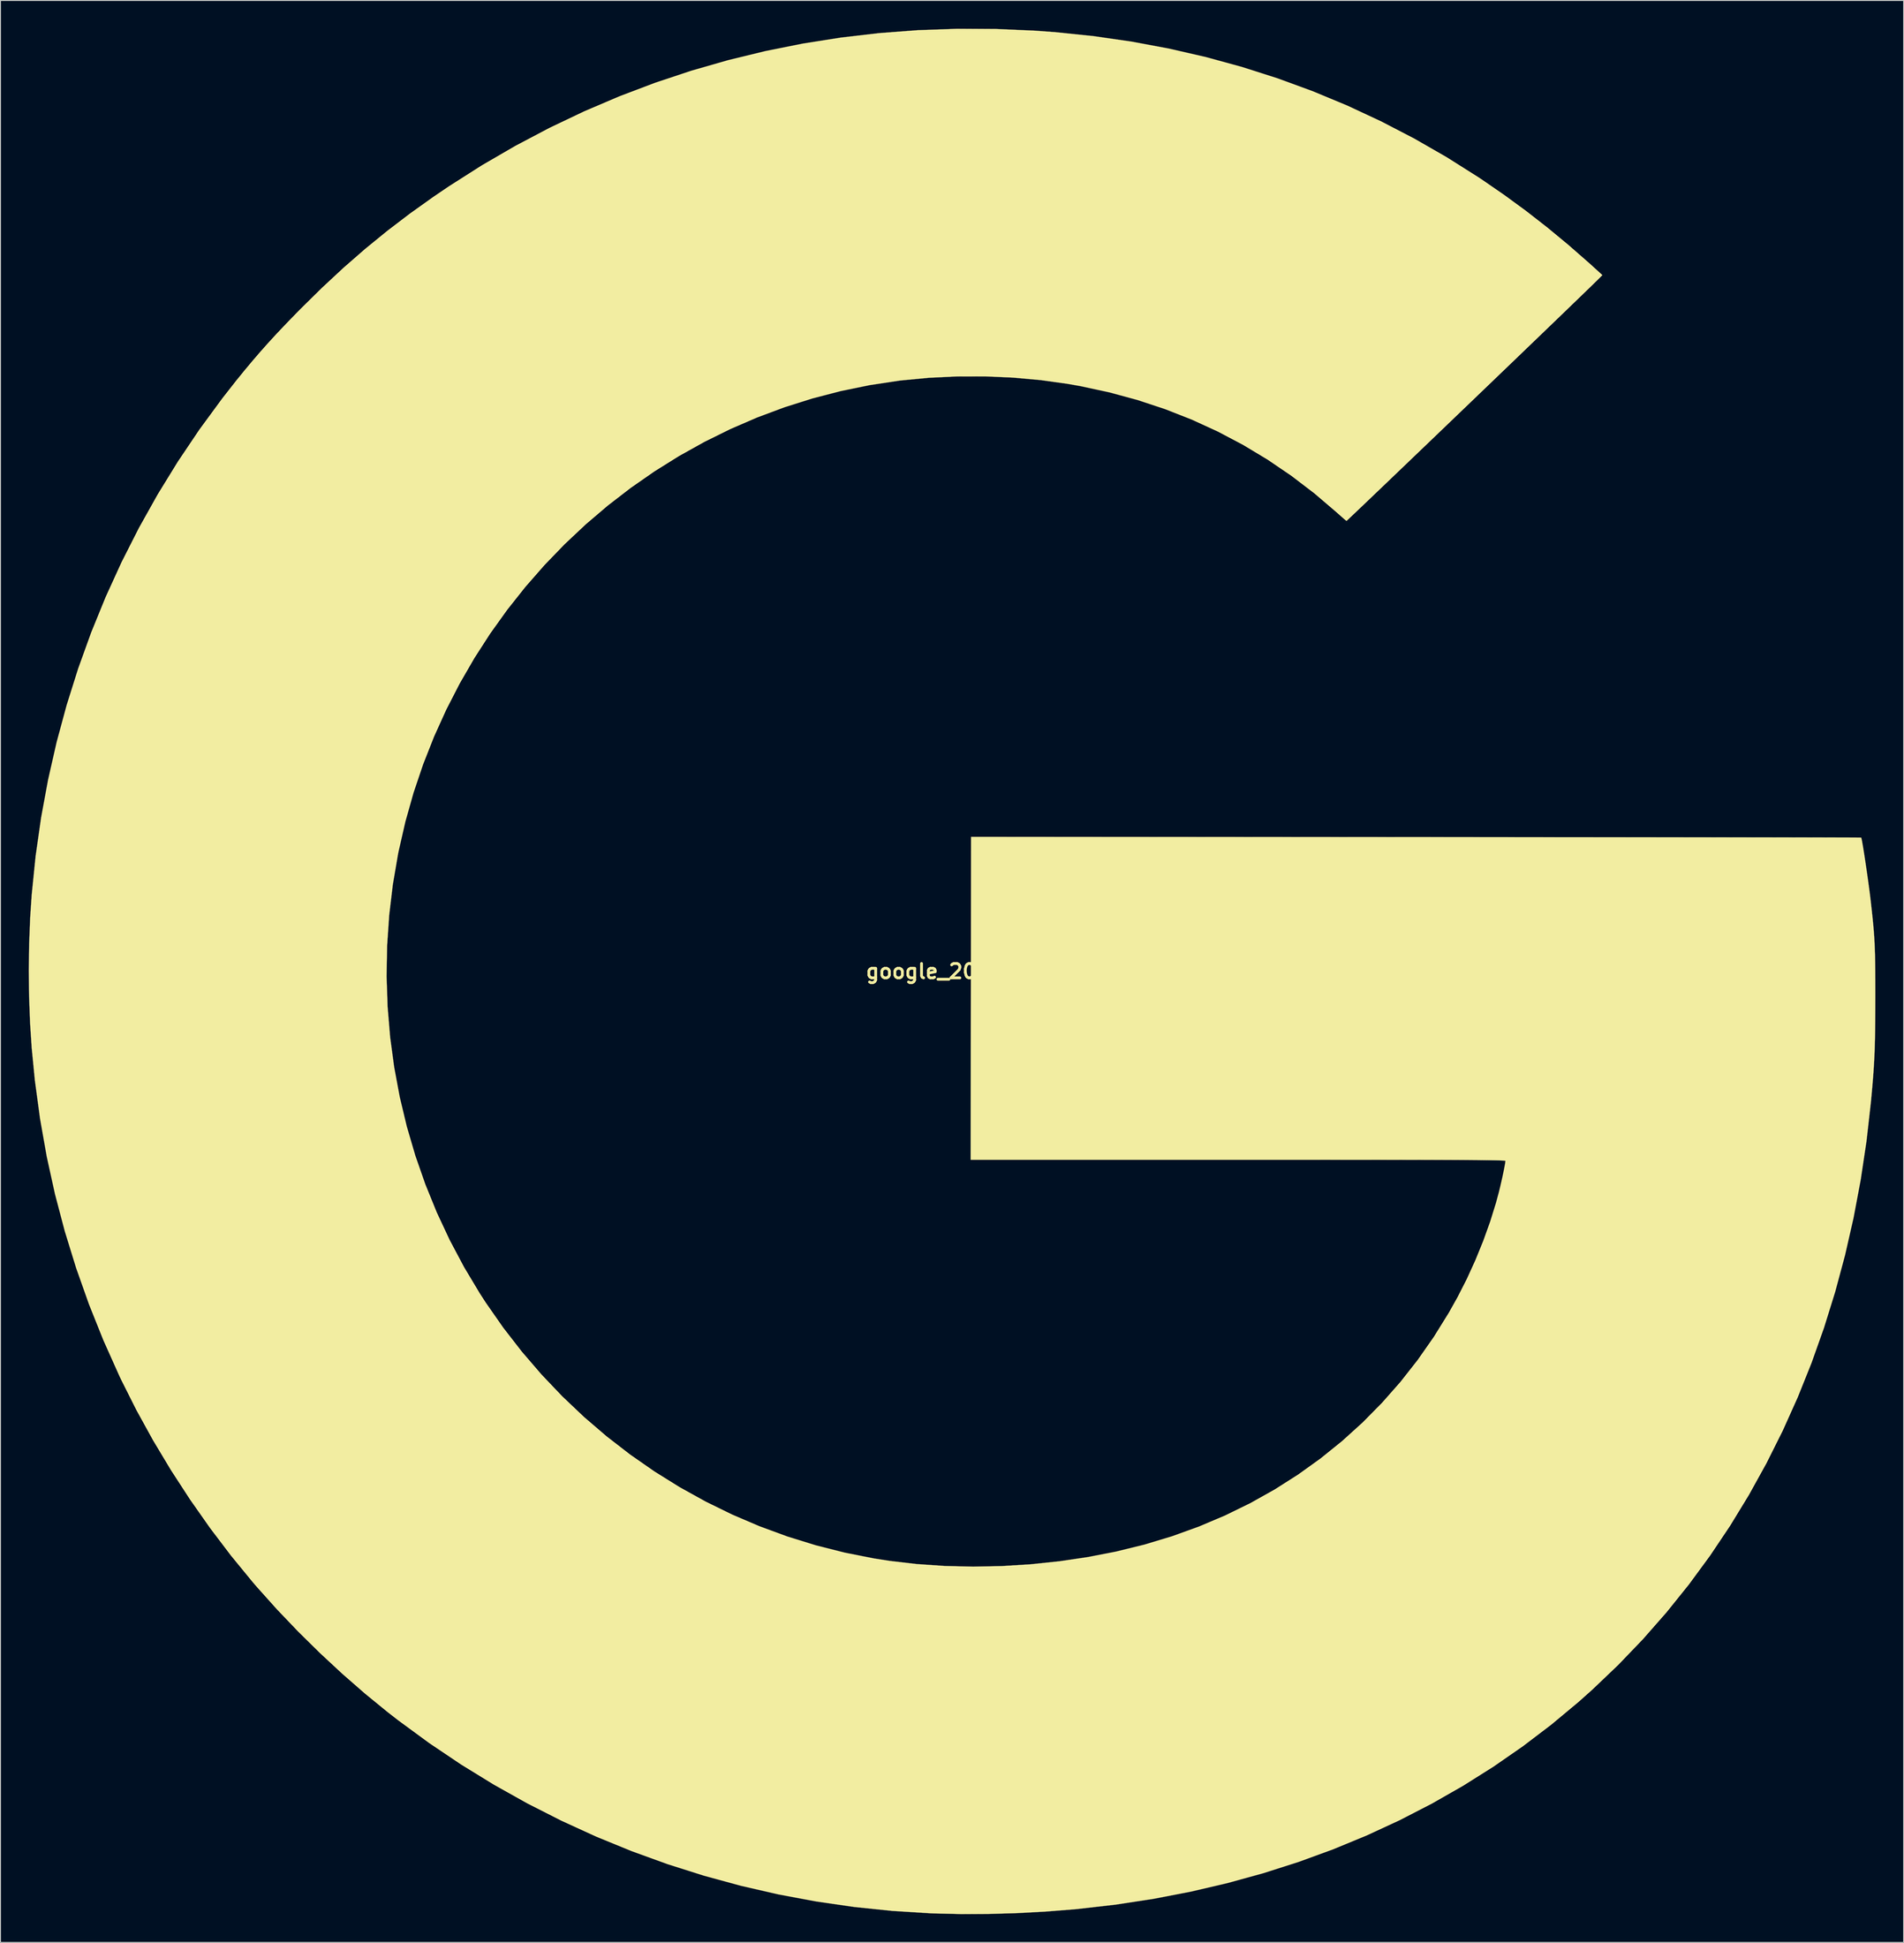
<source format=kicad_pcb>
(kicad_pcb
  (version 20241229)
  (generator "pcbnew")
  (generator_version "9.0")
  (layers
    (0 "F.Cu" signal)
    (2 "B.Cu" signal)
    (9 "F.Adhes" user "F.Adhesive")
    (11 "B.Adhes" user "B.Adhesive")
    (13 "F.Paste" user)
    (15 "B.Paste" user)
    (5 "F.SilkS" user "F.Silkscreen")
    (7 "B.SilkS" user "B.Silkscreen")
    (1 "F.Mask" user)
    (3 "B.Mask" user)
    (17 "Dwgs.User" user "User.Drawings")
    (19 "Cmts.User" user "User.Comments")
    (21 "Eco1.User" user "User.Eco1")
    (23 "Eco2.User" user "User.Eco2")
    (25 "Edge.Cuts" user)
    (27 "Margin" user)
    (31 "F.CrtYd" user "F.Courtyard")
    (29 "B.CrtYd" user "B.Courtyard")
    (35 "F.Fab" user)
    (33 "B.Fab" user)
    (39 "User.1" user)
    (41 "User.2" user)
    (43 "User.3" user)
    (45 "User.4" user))
  (footprint "google_20x20_F"
    (layer "F.Cu")
    (at 97.974 99.968)
    (property "Reference" "google_20x20_F" (at 0 0 0) (layer "F.SilkS") (effects (font (size 1.524 1.524) (thickness 0.3))))
    (attr through_hole)
    (fp_poly (pts (xy 4.631 -99.945) (xy 8.814 -99.762) (xy 10.922 -99.607) (xy 14.989 -99.186) (xy 19.006 -98.606) (xy 22.968 -97.867) (xy 26.874 -96.971) (xy 30.721 -95.918) (xy 34.507 -94.708) (xy 38.23 -93.344) (xy 41.887 -91.825) (xy 45.475 -90.152) (xy 48.992 -88.327) (xy 52.436 -86.35) (xy 55.805 -84.222) (xy 56.219 -83.947) (xy 58.586 -82.315) (xy 60.871 -80.642) (xy 63.106 -78.901) (xy 65.325 -77.067) (xy 67.561 -75.113) (xy 68.453 -74.304) (xy 68.961 -73.84) (xy 68.495 -73.376) (xy 68.285 -73.169) (xy 67.967 -72.859) (xy 67.55 -72.454) (xy 67.039 -71.96) (xy 66.443 -71.383) (xy 65.766 -70.73) (xy 65.017 -70.007) (xy 64.201 -69.221) (xy 63.327 -68.379) (xy 62.399 -67.486) (xy 61.425 -66.55) (xy 60.413 -65.576) (xy 59.368 -64.571) (xy 58.297 -63.543) (xy 57.207 -62.496) (xy 56.105 -61.438) (xy 54.997 -60.374) (xy 53.891 -59.313) (xy 52.793 -58.259) (xy 51.71 -57.22) (xy 50.648 -56.202) (xy 49.614 -55.211) (xy 48.615 -54.255) (xy 47.658 -53.338) (xy 46.75 -52.469) (xy 45.897 -51.652) (xy 45.105 -50.896) (xy 44.383 -50.205) (xy 43.736 -49.588) (xy 43.171 -49.05) (xy 42.695 -48.597) (xy 42.314 -48.236) (xy 42.037 -47.975) (xy 41.868 -47.818) (xy 41.815 -47.772) (xy 41.734 -47.833) (xy 41.551 -47.989) (xy 41.287 -48.219) (xy 40.967 -48.503) (xy 40.752 -48.695) (xy 38.398 -50.704) (xy 35.961 -52.564) (xy 33.444 -54.275) (xy 30.847 -55.837) (xy 28.17 -57.25) (xy 25.414 -58.514) (xy 22.58 -59.627) (xy 19.669 -60.59) (xy 16.68 -61.402) (xy 13.616 -62.064) (xy 12.234 -62.309) (xy 9.381 -62.706) (xy 6.453 -62.97) (xy 3.482 -63.1) (xy 0.498 -63.095) (xy -2.467 -62.954) (xy -5.384 -62.677) (xy -5.63 -62.647) (xy -8.754 -62.176) (xy -11.829 -61.545) (xy -14.849 -60.76) (xy -17.812 -59.824) (xy -20.712 -58.741) (xy -23.545 -57.516) (xy -26.306 -56.152) (xy -28.991 -54.655) (xy -31.596 -53.028) (xy -34.117 -51.275) (xy -36.548 -49.401) (xy -38.885 -47.41) (xy -41.125 -45.305) (xy -43.262 -43.092) (xy -45.292 -40.774) (xy -47.211 -38.355) (xy -49.014 -35.84) (xy -50.696 -33.233) (xy -52.254 -30.538) (xy -53.683 -27.759) (xy -54.979 -24.9) (xy -56.136 -21.966) (xy -57.152 -18.961) (xy -58.02 -15.888) (xy -58.737 -12.753) (xy -58.799 -12.446) (xy -59.352 -9.21) (xy -59.738 -5.966) (xy -59.959 -2.72) (xy -60.015 0.521) (xy -59.908 3.752) (xy -59.639 6.966) (xy -59.21 10.158) (xy -58.621 13.321) (xy -57.873 16.449) (xy -56.968 19.537) (xy -55.907 22.578) (xy -54.691 25.567) (xy -53.321 28.496) (xy -51.799 31.361) (xy -50.126 34.155) (xy -49.49 35.137) (xy -47.638 37.792) (xy -45.664 40.335) (xy -43.575 42.763) (xy -41.376 45.072) (xy -39.072 47.258) (xy -36.668 49.319) (xy -34.17 51.25) (xy -31.583 53.049) (xy -28.912 54.712) (xy -26.163 56.235) (xy -23.341 57.616) (xy -20.451 58.851) (xy -17.498 59.936) (xy -14.489 60.868) (xy -11.427 61.644) (xy -8.319 62.26) (xy -6.646 62.522) (xy -3.765 62.858) (xy -0.804 63.06) (xy 2.215 63.131) (xy 5.269 63.07) (xy 8.334 62.88) (xy 11.388 62.559) (xy 14.407 62.111) (xy 17.352 61.539) (xy 20.372 60.798) (xy 23.312 59.911) (xy 26.166 58.88) (xy 28.933 57.709) (xy 31.61 56.4) (xy 34.192 54.954) (xy 36.676 53.374) (xy 39.061 51.663) (xy 41.341 49.823) (xy 43.515 47.857) (xy 45.579 45.766) (xy 47.53 43.553) (xy 49.364 41.22) (xy 51.078 38.77) (xy 52.671 36.206) (xy 53.599 34.551) (xy 54.577 32.633) (xy 55.489 30.634) (xy 56.32 28.594) (xy 57.055 26.552) (xy 57.678 24.548) (xy 57.984 23.41) (xy 58.117 22.867) (xy 58.248 22.301) (xy 58.373 21.741) (xy 58.483 21.217) (xy 58.574 20.759) (xy 58.639 20.395) (xy 58.671 20.155) (xy 58.674 20.104) (xy 58.658 20.093) (xy 58.608 20.082) (xy 58.519 20.072) (xy 58.385 20.063) (xy 58.201 20.054) (xy 57.961 20.046) (xy 57.662 20.039) (xy 57.298 20.032) (xy 56.863 20.025) (xy 56.353 20.02) (xy 55.762 20.014) (xy 55.086 20.01) (xy 54.319 20.005) (xy 53.455 20.001) (xy 52.491 19.998) (xy 51.421 19.995) (xy 50.239 19.992) (xy 48.94 19.99) (xy 47.521 19.988) (xy 45.974 19.986) (xy 44.296 19.985) (xy 42.48 19.984) (xy 40.523 19.983) (xy 38.418 19.982) (xy 36.161 19.982) (xy 33.747 19.981) (xy 31.17 19.981) (xy 30.31 19.981) (xy 1.947 19.981) (xy 1.968 2.857) (xy 1.99 -14.266) (xy 49.189 -14.24) (xy 52.009 -14.239) (xy 54.786 -14.237) (xy 57.516 -14.235) (xy 60.194 -14.233) (xy 62.815 -14.231) (xy 65.375 -14.23) (xy 67.868 -14.228) (xy 70.29 -14.226) (xy 72.636 -14.224) (xy 74.902 -14.222) (xy 77.082 -14.22) (xy 79.171 -14.218) (xy 81.165 -14.216) (xy 83.059 -14.213) (xy 84.849 -14.211) (xy 86.529 -14.209) (xy 88.094 -14.207) (xy 89.54 -14.205) (xy 90.862 -14.203) (xy 92.056 -14.201) (xy 93.115 -14.199) (xy 94.037 -14.197) (xy 94.815 -14.196) (xy 95.445 -14.194) (xy 95.922 -14.192) (xy 96.242 -14.19) (xy 96.399 -14.189) (xy 96.415 -14.188) (xy 96.447 -14.085) (xy 96.499 -13.835) (xy 96.567 -13.458) (xy 96.648 -12.973) (xy 96.739 -12.402) (xy 96.836 -11.765) (xy 96.938 -11.081) (xy 97.041 -10.371) (xy 97.142 -9.656) (xy 97.237 -8.955) (xy 97.325 -8.29) (xy 97.401 -7.679) (xy 97.447 -7.281) (xy 97.542 -6.432) (xy 97.623 -5.67) (xy 97.692 -4.972) (xy 97.749 -4.315) (xy 97.796 -3.679) (xy 97.833 -3.041) (xy 97.861 -2.379) (xy 97.883 -1.672) (xy 97.897 -0.896) (xy 97.907 -0.029) (xy 97.912 0.949) (xy 97.913 2.061) (xy 97.913 2.794) (xy 97.911 4.092) (xy 97.904 5.245) (xy 97.893 6.279) (xy 97.876 7.217) (xy 97.853 8.085) (xy 97.821 8.908) (xy 97.78 9.71) (xy 97.73 10.517) (xy 97.668 11.352) (xy 97.595 12.24) (xy 97.508 13.207) (xy 97.448 13.843) (xy 96.977 18.016) (xy 96.36 22.121) (xy 95.6 26.155) (xy 94.697 30.115) (xy 93.652 33.999) (xy 92.468 37.803) (xy 91.146 41.525) (xy 89.687 45.161) (xy 88.093 48.709) (xy 86.364 52.166) (xy 84.503 55.528) (xy 82.511 58.793) (xy 80.389 61.959) (xy 78.139 65.021) (xy 75.762 67.978) (xy 73.26 70.826) (xy 70.633 73.562) (xy 67.884 76.183) (xy 66.421 77.488) (xy 63.516 79.907) (xy 60.505 82.195) (xy 57.391 84.352) (xy 54.178 86.375) (xy 50.868 88.264) (xy 47.465 90.017) (xy 43.974 91.632) (xy 40.396 93.109) (xy 36.735 94.446) (xy 32.995 95.641) (xy 29.18 96.693) (xy 25.291 97.601) (xy 21.334 98.364) (xy 17.311 98.979) (xy 13.225 99.446) (xy 12.869 99.479) (xy 9.878 99.715) (xy 6.859 99.878) (xy 3.856 99.965) (xy 0.912 99.977) (xy -1.931 99.911) (xy -2.286 99.897) (xy -6.374 99.642) (xy -10.436 99.221) (xy -14.469 98.635) (xy -18.468 97.887) (xy -22.426 96.977) (xy -26.341 95.909) (xy -30.207 94.683) (xy -34.019 93.301) (xy -37.772 91.765) (xy -41.463 90.077) (xy -45.085 88.238) (xy -48.634 86.251) (xy -52.106 84.117) (xy -55.495 81.838) (xy -58.797 79.415) (xy -59.902 78.557) (xy -62.304 76.595) (xy -64.71 74.495) (xy -67.088 72.287) (xy -69.409 69.999) (xy -71.643 67.661) (xy -73.759 65.301) (xy -74.216 64.77) (xy -76.51 61.973) (xy -78.73 59.047) (xy -80.859 56.015) (xy -82.884 52.901) (xy -84.787 49.729) (xy -86.554 46.523) (xy -88.17 43.306) (xy -88.35 42.926) (xy -90.049 39.134) (xy -91.581 35.311) (xy -92.947 31.455) (xy -94.149 27.562) (xy -95.186 23.63) (xy -96.061 19.656) (xy -96.772 15.638) (xy -97.322 11.573) (xy -97.659 8.128) (xy -97.833 5.464) (xy -97.937 2.698) (xy -97.969 -0.118) (xy -97.931 -2.932) (xy -97.822 -5.691) (xy -97.659 -8.128) (xy -97.243 -12.234) (xy -96.662 -16.302) (xy -95.919 -20.328) (xy -95.014 -24.309) (xy -93.95 -28.24) (xy -92.728 -32.118) (xy -91.349 -35.94) (xy -89.815 -39.7) (xy -88.127 -43.396) (xy -86.287 -47.024) (xy -84.296 -50.579) (xy -82.156 -54.058) (xy -79.869 -57.458) (xy -77.435 -60.774) (xy -75.995 -62.611) (xy -75.1 -63.712) (xy -74.24 -64.742) (xy -73.389 -65.73) (xy -72.522 -66.703) (xy -71.613 -67.69) (xy -70.636 -68.719) (xy -69.566 -69.82) (xy -69.133 -70.261) (xy -66.844 -72.515) (xy -64.568 -74.63) (xy -62.276 -76.628) (xy -59.939 -78.533) (xy -57.529 -80.371) (xy -55.016 -82.163) (xy -53.382 -83.27) (xy -49.895 -85.489) (xy -46.34 -87.552) (xy -42.722 -89.46) (xy -39.042 -91.212) (xy -35.303 -92.807) (xy -31.509 -94.244) (xy -27.663 -95.522) (xy -23.768 -96.64) (xy -19.826 -97.599) (xy -15.841 -98.397) (xy -11.816 -99.033) (xy -7.753 -99.506) (xy -3.655 -99.817) (xy 0.474 -99.963) (xy 4.631 -99.945)) (stroke (width 0.01) (type solid)) (fill yes) (layer "F.SilkS")))
  (gr_rect
    (start -3 -3)
    (end 198.893 202.95)
    (stroke (width 0.1) (type default))
    (fill no)
    (layer "Edge.Cuts")))
</source>
